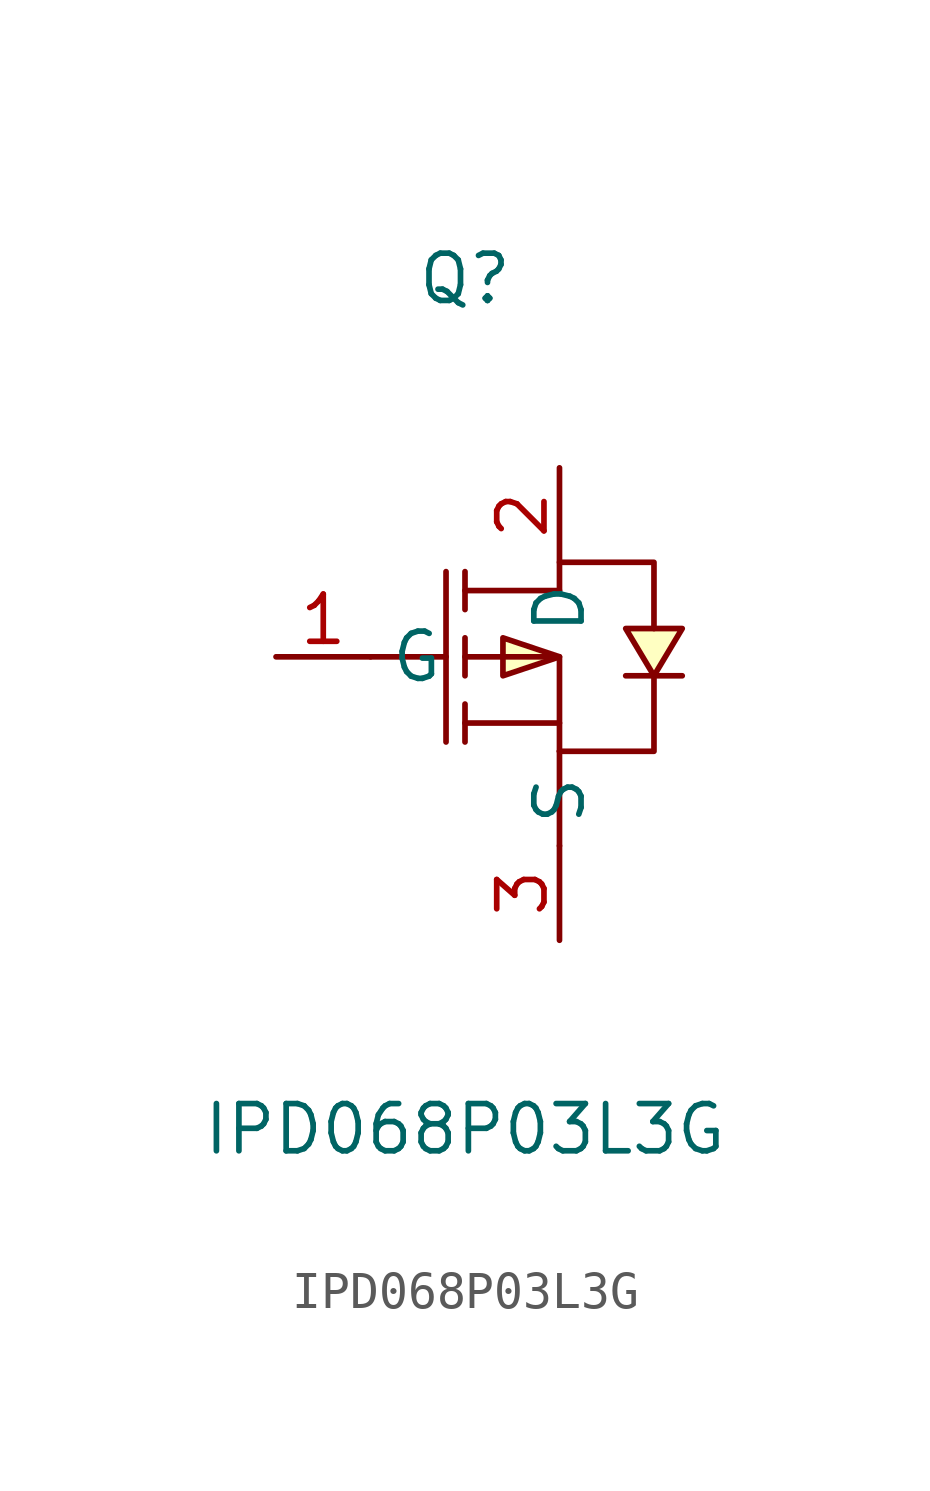
<source format=kicad_sym>
(kicad_symbol_lib
  (version 20220914)
  (generator kicad_symbol_editor)
  (symbol "IPD068P03L3G"
    (property "Reference" "Q"
      (at 0 11.43 0)
      (effects (font (size 1.27 1.27))))
    (property "Value" "IPD068P03L3G"
      (at 0 -11.43 0)
      (effects (font (size 1.27 1.27))))
    (symbol "IPD068P03L3G_0_1"
      (polyline (pts (xy -2.54 1.27) (xy -0.51 1.27)) (stroke (width 0) (type default)) (fill (type none)))
      (polyline (pts (xy -0.51 3.56) (xy -0.51 -1.02)) (stroke (width 0) (type default)) (fill (type none)))
      (polyline (pts (xy 0 -1.02) (xy 0 0)) (stroke (width 0) (type default)) (fill (type none)))
      (polyline (pts (xy 0 0.76) (xy 0 1.78)) (stroke (width 0) (type default)) (fill (type none)))
      (polyline (pts (xy 0 2.54) (xy 0 3.56)) (stroke (width 0) (type default)) (fill (type none)))
      (polyline (pts (xy 2.54 -3.81) (xy 2.54 -1.27)) (stroke (width 0) (type default)) (fill (type none)))
      (polyline (pts (xy 2.54 -0.51) (xy 0 -0.51)) (stroke (width 0) (type default)) (fill (type none)))
      (polyline (pts (xy 2.54 3.05) (xy 0 3.05)) (stroke (width 0) (type default)) (fill (type none)))
      (polyline (pts (xy 0 1.27) (xy 2.54 1.27) (xy 2.54 -1.27)) (stroke (width 0) (type default)) (fill (type none)))
      (polyline (pts (xy 2.54 -1.27) (xy 5.08 -1.27) (xy 5.08 0.76)) (stroke (width 0) (type default)) (fill (type none)))
      (polyline (pts (xy 2.54 1.27) (xy 1.02 1.78) (xy 1.02 0.76) (xy 2.54 1.27)) (stroke (width 0) (type default)) (fill (type background)))
      (polyline (pts (xy 2.54 3.05) (xy 2.54 3.81) (xy 5.08 3.81) (xy 5.08 2.03)) (stroke (width 0) (type default)) (fill (type none)))
      (polyline (pts (xy 5.08 0.76) (xy 5.84 2.03) (xy 4.32 2.03) (xy 5.08 0.76)) (stroke (width 0) (type default)) (fill (type background)))
      (polyline (pts (xy 5.84 0.76) (xy 5.59 0.76) (xy 4.57 0.76) (xy 4.32 0.76)) (stroke (width 0) (type default)) (fill (type none)))
      (pin unspecified line (at -5.08 1.27 0) (length 2.54) (name "G" (effects (font (size 1.27 1.27)))) (number "1" (effects (font (size 1.27 1.27)))))
      (pin unspecified line (at 2.54 6.35 270) (length 2.54) (name "D" (effects (font (size 1.27 1.27)))) (number "2" (effects (font (size 1.27 1.27)))))
      (pin unspecified line (at 2.54 -6.35 90) (length 2.54) (name "S" (effects (font (size 1.27 1.27)))) (number "3" (effects (font (size 1.27 1.27))))))))
</source>
